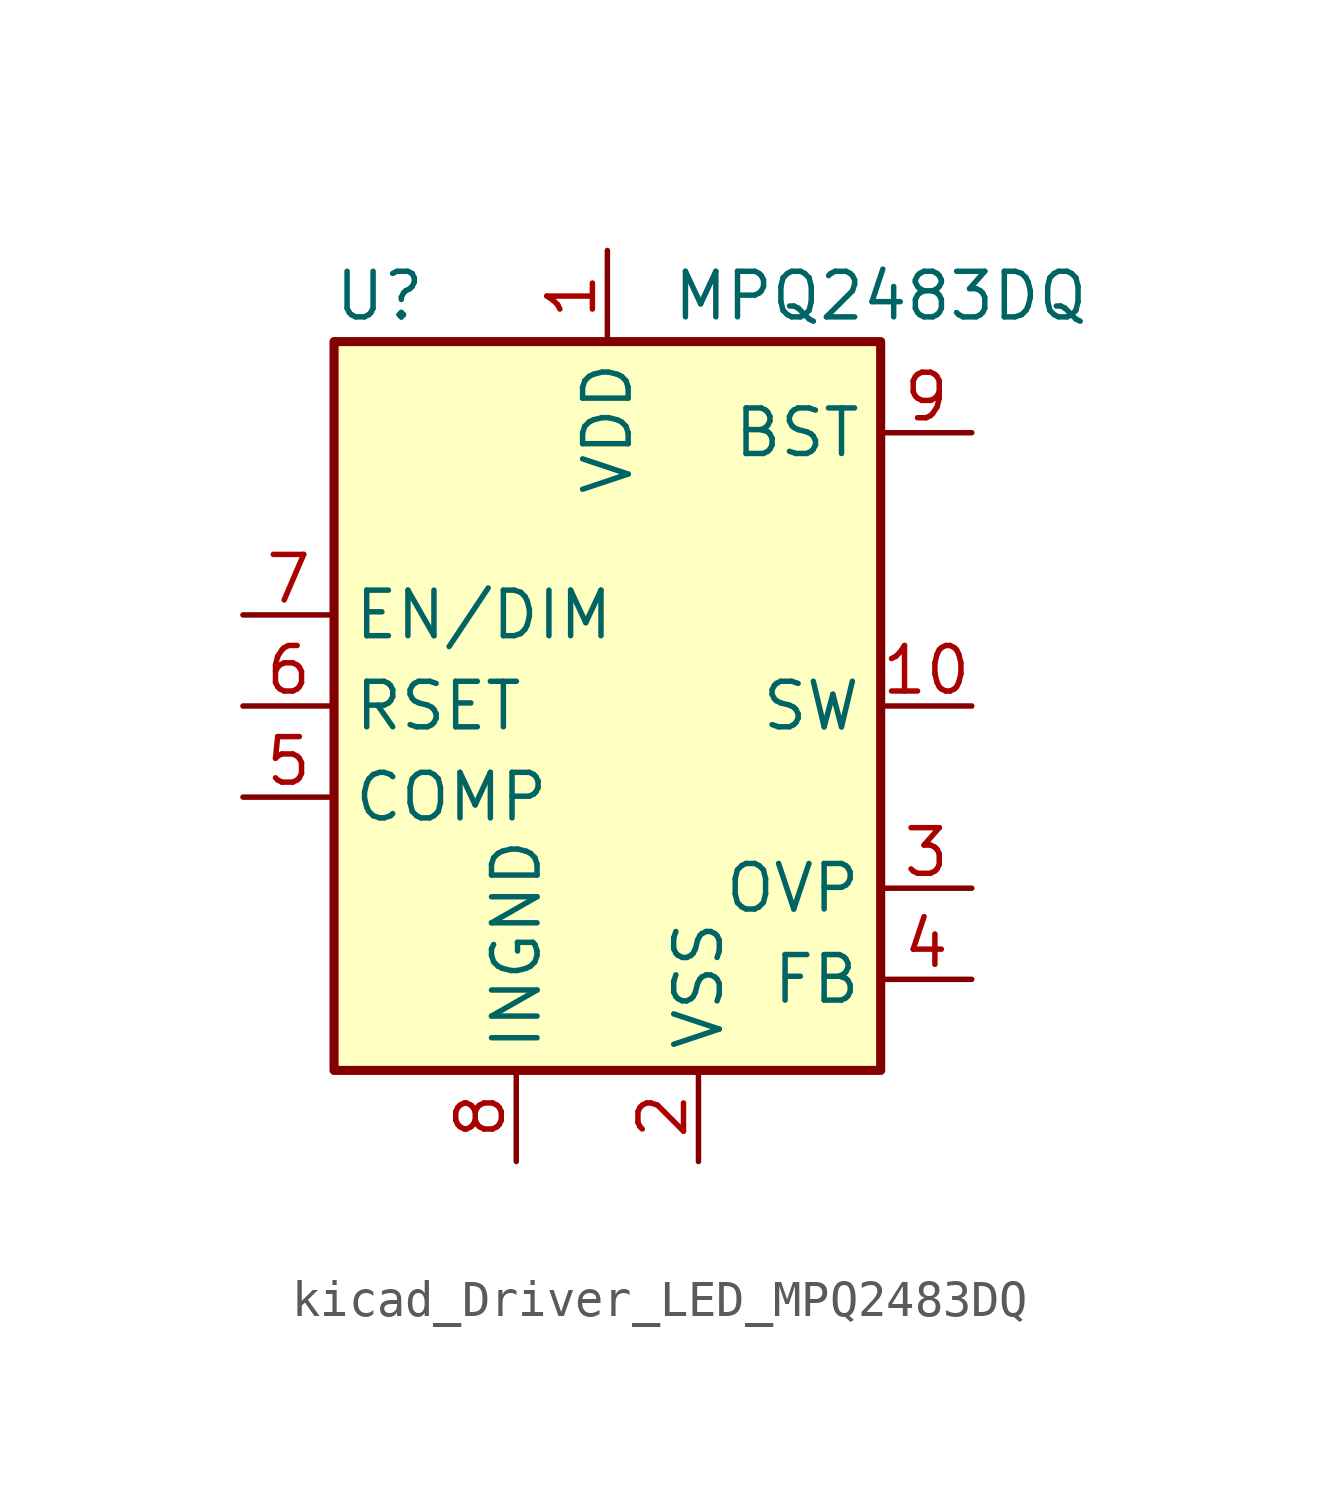
<source format=kicad_sym>
(kicad_symbol_lib
  (version 20220914)
  (generator kicad_symbol_editor)
  (symbol "kicad_Driver_LED_MPQ2483DQ"
    (property "Reference" "U"
      (at -6.35 11.43 0)
      (effects (font (size 1.27 1.27))))
    (property "Value" "MPQ2483DQ"
      (at 7.62 11.43 0)
      (effects (font (size 1.27 1.27))))
    (symbol "kicad_Driver_LED_MPQ2483DQ_0_1"
      (rectangle (start -7.62 10.16) (end 7.62 -10.16) (stroke (width 0.254) (type default)) (fill (type background))))
    (symbol "kicad_Driver_LED_MPQ2483DQ_1_1"
      (pin power_in line (at 0 12.7 270) (length 2.54) (name "VDD" (effects (font (size 1.27 1.27)))) (number "1" (effects (font (size 1.27 1.27)))))
      (pin output line (at 10.16 0 180) (length 2.54) (name "SW" (effects (font (size 1.27 1.27)))) (number "10" (effects (font (size 1.27 1.27)))))
      (pin passive line (at 2.54 -12.7 90) (length 2.54) hide (name "VSS" (effects (font (size 1.27 1.27)))) (number "11" (effects (font (size 1.27 1.27)))))
      (pin power_in line (at 2.54 -12.7 90) (length 2.54) (name "VSS" (effects (font (size 1.27 1.27)))) (number "2" (effects (font (size 1.27 1.27)))))
      (pin input line (at 10.16 -5.08 180) (length 2.54) (name "OVP" (effects (font (size 1.27 1.27)))) (number "3" (effects (font (size 1.27 1.27)))))
      (pin input line (at 10.16 -7.62 180) (length 2.54) (name "FB" (effects (font (size 1.27 1.27)))) (number "4" (effects (font (size 1.27 1.27)))))
      (pin input line (at -10.16 -2.54 0) (length 2.54) (name "COMP" (effects (font (size 1.27 1.27)))) (number "5" (effects (font (size 1.27 1.27)))))
      (pin input line (at -10.16 0 0) (length 2.54) (name "RSET" (effects (font (size 1.27 1.27)))) (number "6" (effects (font (size 1.27 1.27)))))
      (pin input line (at -10.16 2.54 0) (length 2.54) (name "EN/DIM" (effects (font (size 1.27 1.27)))) (number "7" (effects (font (size 1.27 1.27)))))
      (pin power_in line (at -2.54 -12.7 90) (length 2.54) (name "INGND" (effects (font (size 1.27 1.27)))) (number "8" (effects (font (size 1.27 1.27)))))
      (pin output line (at 10.16 7.62 180) (length 2.54) (name "BST" (effects (font (size 1.27 1.27)))) (number "9" (effects (font (size 1.27 1.27))))))))
</source>
